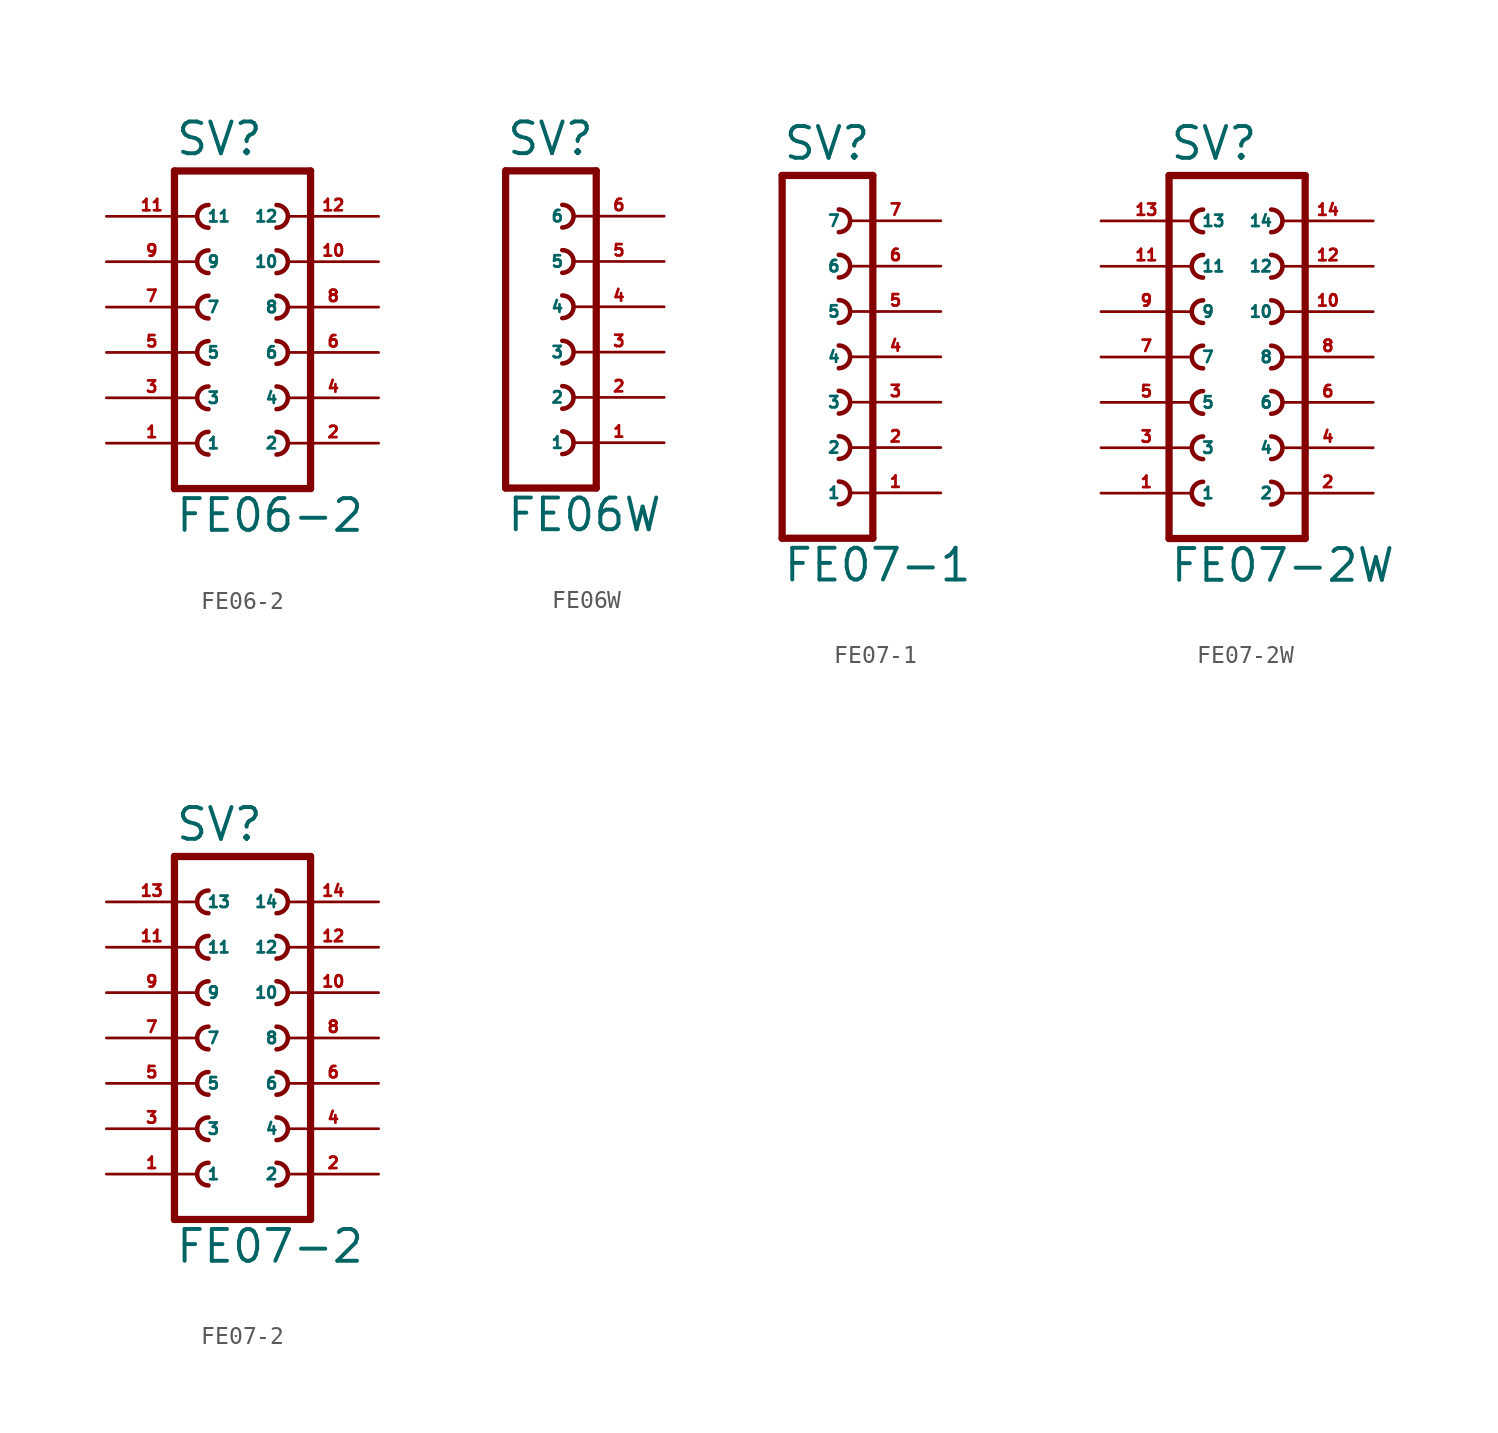
<source format=kicad_sym>
(kicad_symbol_lib
  (version 20220914)
  (generator Eagle2Kicad)
  (symbol "FE06-2"
    (property "Reference" "SV"
      (at -3.81 10.922 0)
      (effects (font (size 1.778 1.778) (thickness 0.22)) (justify left bottom)))
    (property "Value" "FE06-2"
      (at -3.81 -10.16 0)
      (effects (font (size 1.778 1.778) (thickness 0.22)) (justify left bottom)))
    (polyline
      (pts (xy 3.81 -7.62) (xy -3.81 -7.62))
      (stroke (width 0.406) (type default))
      (fill (type none)))
    (arc
      (start -1.905 0.635)
      (mid -2.540 0.000)
      (end -1.905 -0.635)
      (stroke (width 0.254) (type default))
      (fill (type none)))
    (arc
      (start -1.905 -1.905)
      (mid -2.540 -2.540)
      (end -1.905 -3.175)
      (stroke (width 0.254) (type default))
      (fill (type none)))
    (arc
      (start -1.905 -4.445)
      (mid -2.540 -5.080)
      (end -1.905 -5.715)
      (stroke (width 0.254) (type default))
      (fill (type none)))
    (arc
      (start 1.905 -0.635)
      (mid 2.540 0.000)
      (end 1.905 0.635)
      (stroke (width 0.254) (type default))
      (fill (type none)))
    (arc
      (start 1.905 -3.175)
      (mid 2.540 -2.540)
      (end 1.905 -1.905)
      (stroke (width 0.254) (type default))
      (fill (type none)))
    (arc
      (start 1.905 -5.715)
      (mid 2.540 -5.080)
      (end 1.905 -4.445)
      (stroke (width 0.254) (type default))
      (fill (type none)))
    (arc
      (start -1.905 5.715)
      (mid -2.540 5.080)
      (end -1.905 4.445)
      (stroke (width 0.254) (type default))
      (fill (type none)))
    (arc
      (start -1.905 3.175)
      (mid -2.540 2.540)
      (end -1.905 1.905)
      (stroke (width 0.254) (type default))
      (fill (type none)))
    (arc
      (start 1.905 4.445)
      (mid 2.540 5.080)
      (end 1.905 5.715)
      (stroke (width 0.254) (type default))
      (fill (type none)))
    (arc
      (start 1.905 1.905)
      (mid 2.540 2.540)
      (end 1.905 3.175)
      (stroke (width 0.254) (type default))
      (fill (type none)))
    (arc
      (start -1.905 8.255)
      (mid -2.540 7.620)
      (end -1.905 6.985)
      (stroke (width 0.254) (type default))
      (fill (type none)))
    (arc
      (start 1.905 6.985)
      (mid 2.540 7.620)
      (end 1.905 8.255)
      (stroke (width 0.254) (type default))
      (fill (type none)))
    (polyline
      (pts (xy -3.81 10.16) (xy -3.81 -7.62))
      (stroke (width 0.406) (type default))
      (fill (type none)))
    (polyline
      (pts (xy 3.81 -7.62) (xy 3.81 10.16))
      (stroke (width 0.406) (type default))
      (fill (type none)))
    (polyline
      (pts (xy -3.81 10.16) (xy 3.81 10.16))
      (stroke (width 0.406) (type default))
      (fill (type none)))
    (pin passive line
      (at -7.62 -5.08 0)
      (length 5.08)
      (name "1" (effects (font (size 0.635 0.635) (thickness 0.08)) (justify left bottom)))
      (number "1" (effects (font (size 0.635 0.635) (thickness 0.08)) (justify left bottom))))
    (pin passive line
      (at -7.62 -2.54 0)
      (length 5.08)
      (name "3" (effects (font (size 0.635 0.635) (thickness 0.08)) (justify left bottom)))
      (number "3" (effects (font (size 0.635 0.635) (thickness 0.08)) (justify left bottom))))
    (pin passive line
      (at -7.62 0 0)
      (length 5.08)
      (name "5" (effects (font (size 0.635 0.635) (thickness 0.08)) (justify left bottom)))
      (number "5" (effects (font (size 0.635 0.635) (thickness 0.08)) (justify left bottom))))
    (pin passive line
      (at 7.62 -5.08 180)
      (length 5.08)
      (name "2" (effects (font (size 0.635 0.635) (thickness 0.08)) (justify left bottom)))
      (number "2" (effects (font (size 0.635 0.635) (thickness 0.08)) (justify left bottom))))
    (pin passive line
      (at 7.62 -2.54 180)
      (length 5.08)
      (name "4" (effects (font (size 0.635 0.635) (thickness 0.08)) (justify left bottom)))
      (number "4" (effects (font (size 0.635 0.635) (thickness 0.08)) (justify left bottom))))
    (pin passive line
      (at 7.62 0 180)
      (length 5.08)
      (name "6" (effects (font (size 0.635 0.635) (thickness 0.08)) (justify left bottom)))
      (number "6" (effects (font (size 0.635 0.635) (thickness 0.08)) (justify left bottom))))
    (pin passive line
      (at -7.62 2.54 0)
      (length 5.08)
      (name "7" (effects (font (size 0.635 0.635) (thickness 0.08)) (justify left bottom)))
      (number "7" (effects (font (size 0.635 0.635) (thickness 0.08)) (justify left bottom))))
    (pin passive line
      (at -7.62 5.08 0)
      (length 5.08)
      (name "9" (effects (font (size 0.635 0.635) (thickness 0.08)) (justify left bottom)))
      (number "9" (effects (font (size 0.635 0.635) (thickness 0.08)) (justify left bottom))))
    (pin passive line
      (at 7.62 2.54 180)
      (length 5.08)
      (name "8" (effects (font (size 0.635 0.635) (thickness 0.08)) (justify left bottom)))
      (number "8" (effects (font (size 0.635 0.635) (thickness 0.08)) (justify left bottom))))
    (pin passive line
      (at 7.62 5.08 180)
      (length 5.08)
      (name "10" (effects (font (size 0.635 0.635) (thickness 0.08)) (justify left bottom)))
      (number "10" (effects (font (size 0.635 0.635) (thickness 0.08)) (justify left bottom))))
    (pin passive line
      (at -7.62 7.62 0)
      (length 5.08)
      (name "11" (effects (font (size 0.635 0.635) (thickness 0.08)) (justify left bottom)))
      (number "11" (effects (font (size 0.635 0.635) (thickness 0.08)) (justify left bottom))))
    (pin passive line
      (at 7.62 7.62 180)
      (length 5.08)
      (name "12" (effects (font (size 0.635 0.635) (thickness 0.08)) (justify left bottom)))
      (number "12" (effects (font (size 0.635 0.635) (thickness 0.08)) (justify left bottom)))))
  (symbol "FE06W"
    (property "Reference" "SV"
      (at -1.27 10.922 0)
      (effects (font (size 1.778 1.778) (thickness 0.22)) (justify left bottom)))
    (property "Value" "FE06W"
      (at -1.27 -10.16 0)
      (effects (font (size 1.778 1.778) (thickness 0.22)) (justify left bottom)))
    (polyline
      (pts (xy 3.81 -7.62) (xy -1.27 -7.62))
      (stroke (width 0.406) (type default))
      (fill (type none)))
    (arc
      (start 1.905 -0.635)
      (mid 2.540 0.000)
      (end 1.905 0.635)
      (stroke (width 0.254) (type default))
      (fill (type none)))
    (arc
      (start 1.905 -3.175)
      (mid 2.540 -2.540)
      (end 1.905 -1.905)
      (stroke (width 0.254) (type default))
      (fill (type none)))
    (arc
      (start 1.905 -5.715)
      (mid 2.540 -5.080)
      (end 1.905 -4.445)
      (stroke (width 0.254) (type default))
      (fill (type none)))
    (polyline
      (pts (xy -1.27 10.16) (xy -1.27 -7.62))
      (stroke (width 0.406) (type default))
      (fill (type none)))
    (polyline
      (pts (xy 3.81 -7.62) (xy 3.81 10.16))
      (stroke (width 0.406) (type default))
      (fill (type none)))
    (polyline
      (pts (xy -1.27 10.16) (xy 3.81 10.16))
      (stroke (width 0.406) (type default))
      (fill (type none)))
    (arc
      (start 1.905 4.445)
      (mid 2.540 5.080)
      (end 1.905 5.715)
      (stroke (width 0.254) (type default))
      (fill (type none)))
    (arc
      (start 1.905 1.905)
      (mid 2.540 2.540)
      (end 1.905 3.175)
      (stroke (width 0.254) (type default))
      (fill (type none)))
    (arc
      (start 1.905 6.985)
      (mid 2.540 7.620)
      (end 1.905 8.255)
      (stroke (width 0.254) (type default))
      (fill (type none)))
    (pin passive line
      (at 7.62 -5.08 180)
      (length 5.08)
      (name "1" (effects (font (size 0.635 0.635) (thickness 0.08)) (justify left bottom)))
      (number "1" (effects (font (size 0.635 0.635) (thickness 0.08)) (justify left bottom))))
    (pin passive line
      (at 7.62 -2.54 180)
      (length 5.08)
      (name "2" (effects (font (size 0.635 0.635) (thickness 0.08)) (justify left bottom)))
      (number "2" (effects (font (size 0.635 0.635) (thickness 0.08)) (justify left bottom))))
    (pin passive line
      (at 7.62 0 180)
      (length 5.08)
      (name "3" (effects (font (size 0.635 0.635) (thickness 0.08)) (justify left bottom)))
      (number "3" (effects (font (size 0.635 0.635) (thickness 0.08)) (justify left bottom))))
    (pin passive line
      (at 7.62 2.54 180)
      (length 5.08)
      (name "4" (effects (font (size 0.635 0.635) (thickness 0.08)) (justify left bottom)))
      (number "4" (effects (font (size 0.635 0.635) (thickness 0.08)) (justify left bottom))))
    (pin passive line
      (at 7.62 5.08 180)
      (length 5.08)
      (name "5" (effects (font (size 0.635 0.635) (thickness 0.08)) (justify left bottom)))
      (number "5" (effects (font (size 0.635 0.635) (thickness 0.08)) (justify left bottom))))
    (pin passive line
      (at 7.62 7.62 180)
      (length 5.08)
      (name "6" (effects (font (size 0.635 0.635) (thickness 0.08)) (justify left bottom)))
      (number "6" (effects (font (size 0.635 0.635) (thickness 0.08)) (justify left bottom)))))
  (symbol "FE07-1"
    (property "Reference" "SV"
      (at -1.27 10.922 0)
      (effects (font (size 1.778 1.778) (thickness 0.22)) (justify left bottom)))
    (property "Value" "FE07-1"
      (at -1.27 -12.7 0)
      (effects (font (size 1.778 1.778) (thickness 0.22)) (justify left bottom)))
    (polyline
      (pts (xy 3.81 -10.16) (xy -1.27 -10.16))
      (stroke (width 0.406) (type default))
      (fill (type none)))
    (arc
      (start 1.905 -3.175)
      (mid 2.540 -2.540)
      (end 1.905 -1.905)
      (stroke (width 0.254) (type default))
      (fill (type none)))
    (arc
      (start 1.905 -5.715)
      (mid 2.540 -5.080)
      (end 1.905 -4.445)
      (stroke (width 0.254) (type default))
      (fill (type none)))
    (arc
      (start 1.905 -8.255)
      (mid 2.540 -7.620)
      (end 1.905 -6.985)
      (stroke (width 0.254) (type default))
      (fill (type none)))
    (polyline
      (pts (xy -1.27 10.16) (xy -1.27 -10.16))
      (stroke (width 0.406) (type default))
      (fill (type none)))
    (polyline
      (pts (xy 3.81 -10.16) (xy 3.81 10.16))
      (stroke (width 0.406) (type default))
      (fill (type none)))
    (polyline
      (pts (xy -1.27 10.16) (xy 3.81 10.16))
      (stroke (width 0.406) (type default))
      (fill (type none)))
    (arc
      (start 1.905 1.905)
      (mid 2.540 2.540)
      (end 1.905 3.175)
      (stroke (width 0.254) (type default))
      (fill (type none)))
    (arc
      (start 1.905 -0.635)
      (mid 2.540 0.000)
      (end 1.905 0.635)
      (stroke (width 0.254) (type default))
      (fill (type none)))
    (arc
      (start 1.905 4.445)
      (mid 2.540 5.080)
      (end 1.905 5.715)
      (stroke (width 0.254) (type default))
      (fill (type none)))
    (arc
      (start 1.905 6.985)
      (mid 2.540 7.620)
      (end 1.905 8.255)
      (stroke (width 0.254) (type default))
      (fill (type none)))
    (pin passive line
      (at 7.62 -7.62 180)
      (length 5.08)
      (name "1" (effects (font (size 0.635 0.635) (thickness 0.08)) (justify left bottom)))
      (number "1" (effects (font (size 0.635 0.635) (thickness 0.08)) (justify left bottom))))
    (pin passive line
      (at 7.62 -5.08 180)
      (length 5.08)
      (name "2" (effects (font (size 0.635 0.635) (thickness 0.08)) (justify left bottom)))
      (number "2" (effects (font (size 0.635 0.635) (thickness 0.08)) (justify left bottom))))
    (pin passive line
      (at 7.62 -2.54 180)
      (length 5.08)
      (name "3" (effects (font (size 0.635 0.635) (thickness 0.08)) (justify left bottom)))
      (number "3" (effects (font (size 0.635 0.635) (thickness 0.08)) (justify left bottom))))
    (pin passive line
      (at 7.62 0 180)
      (length 5.08)
      (name "4" (effects (font (size 0.635 0.635) (thickness 0.08)) (justify left bottom)))
      (number "4" (effects (font (size 0.635 0.635) (thickness 0.08)) (justify left bottom))))
    (pin passive line
      (at 7.62 2.54 180)
      (length 5.08)
      (name "5" (effects (font (size 0.635 0.635) (thickness 0.08)) (justify left bottom)))
      (number "5" (effects (font (size 0.635 0.635) (thickness 0.08)) (justify left bottom))))
    (pin passive line
      (at 7.62 5.08 180)
      (length 5.08)
      (name "6" (effects (font (size 0.635 0.635) (thickness 0.08)) (justify left bottom)))
      (number "6" (effects (font (size 0.635 0.635) (thickness 0.08)) (justify left bottom))))
    (pin passive line
      (at 7.62 7.62 180)
      (length 5.08)
      (name "7" (effects (font (size 0.635 0.635) (thickness 0.08)) (justify left bottom)))
      (number "7" (effects (font (size 0.635 0.635) (thickness 0.08)) (justify left bottom)))))
  (symbol "FE07-2W"
    (property "Reference" "SV"
      (at -3.81 10.922 0)
      (effects (font (size 1.778 1.778) (thickness 0.22)) (justify left bottom)))
    (property "Value" "FE07-2W"
      (at -3.81 -12.7 0)
      (effects (font (size 1.778 1.778) (thickness 0.22)) (justify left bottom)))
    (polyline
      (pts (xy 3.81 -10.16) (xy -3.81 -10.16))
      (stroke (width 0.406) (type default))
      (fill (type none)))
    (arc
      (start -1.905 -1.905)
      (mid -2.540 -2.540)
      (end -1.905 -3.175)
      (stroke (width 0.254) (type default))
      (fill (type none)))
    (arc
      (start -1.905 -4.445)
      (mid -2.540 -5.080)
      (end -1.905 -5.715)
      (stroke (width 0.254) (type default))
      (fill (type none)))
    (arc
      (start -1.905 -6.985)
      (mid -2.540 -7.620)
      (end -1.905 -8.255)
      (stroke (width 0.254) (type default))
      (fill (type none)))
    (arc
      (start 1.905 -3.175)
      (mid 2.540 -2.540)
      (end 1.905 -1.905)
      (stroke (width 0.254) (type default))
      (fill (type none)))
    (arc
      (start 1.905 -5.715)
      (mid 2.540 -5.080)
      (end 1.905 -4.445)
      (stroke (width 0.254) (type default))
      (fill (type none)))
    (arc
      (start 1.905 -8.255)
      (mid 2.540 -7.620)
      (end 1.905 -6.985)
      (stroke (width 0.254) (type default))
      (fill (type none)))
    (arc
      (start -1.905 3.175)
      (mid -2.540 2.540)
      (end -1.905 1.905)
      (stroke (width 0.254) (type default))
      (fill (type none)))
    (arc
      (start -1.905 0.635)
      (mid -2.540 0.000)
      (end -1.905 -0.635)
      (stroke (width 0.254) (type default))
      (fill (type none)))
    (arc
      (start 1.905 1.905)
      (mid 2.540 2.540)
      (end 1.905 3.175)
      (stroke (width 0.254) (type default))
      (fill (type none)))
    (arc
      (start 1.905 -0.635)
      (mid 2.540 0.000)
      (end 1.905 0.635)
      (stroke (width 0.254) (type default))
      (fill (type none)))
    (arc
      (start -1.905 8.255)
      (mid -2.540 7.620)
      (end -1.905 6.985)
      (stroke (width 0.254) (type default))
      (fill (type none)))
    (arc
      (start -1.905 5.715)
      (mid -2.540 5.080)
      (end -1.905 4.445)
      (stroke (width 0.254) (type default))
      (fill (type none)))
    (arc
      (start 1.905 6.985)
      (mid 2.540 7.620)
      (end 1.905 8.255)
      (stroke (width 0.254) (type default))
      (fill (type none)))
    (arc
      (start 1.905 4.445)
      (mid 2.540 5.080)
      (end 1.905 5.715)
      (stroke (width 0.254) (type default))
      (fill (type none)))
    (polyline
      (pts (xy -3.81 10.16) (xy -3.81 -10.16))
      (stroke (width 0.406) (type default))
      (fill (type none)))
    (polyline
      (pts (xy 3.81 -10.16) (xy 3.81 10.16))
      (stroke (width 0.406) (type default))
      (fill (type none)))
    (polyline
      (pts (xy -3.81 10.16) (xy 3.81 10.16))
      (stroke (width 0.406) (type default))
      (fill (type none)))
    (pin passive line
      (at -7.62 -7.62 0)
      (length 5.08)
      (name "1" (effects (font (size 0.635 0.635) (thickness 0.08)) (justify left bottom)))
      (number "1" (effects (font (size 0.635 0.635) (thickness 0.08)) (justify left bottom))))
    (pin passive line
      (at -7.62 -5.08 0)
      (length 5.08)
      (name "3" (effects (font (size 0.635 0.635) (thickness 0.08)) (justify left bottom)))
      (number "3" (effects (font (size 0.635 0.635) (thickness 0.08)) (justify left bottom))))
    (pin passive line
      (at -7.62 -2.54 0)
      (length 5.08)
      (name "5" (effects (font (size 0.635 0.635) (thickness 0.08)) (justify left bottom)))
      (number "5" (effects (font (size 0.635 0.635) (thickness 0.08)) (justify left bottom))))
    (pin passive line
      (at 7.62 -7.62 180)
      (length 5.08)
      (name "2" (effects (font (size 0.635 0.635) (thickness 0.08)) (justify left bottom)))
      (number "2" (effects (font (size 0.635 0.635) (thickness 0.08)) (justify left bottom))))
    (pin passive line
      (at 7.62 -5.08 180)
      (length 5.08)
      (name "4" (effects (font (size 0.635 0.635) (thickness 0.08)) (justify left bottom)))
      (number "4" (effects (font (size 0.635 0.635) (thickness 0.08)) (justify left bottom))))
    (pin passive line
      (at 7.62 -2.54 180)
      (length 5.08)
      (name "6" (effects (font (size 0.635 0.635) (thickness 0.08)) (justify left bottom)))
      (number "6" (effects (font (size 0.635 0.635) (thickness 0.08)) (justify left bottom))))
    (pin passive line
      (at -7.62 0 0)
      (length 5.08)
      (name "7" (effects (font (size 0.635 0.635) (thickness 0.08)) (justify left bottom)))
      (number "7" (effects (font (size 0.635 0.635) (thickness 0.08)) (justify left bottom))))
    (pin passive line
      (at -7.62 2.54 0)
      (length 5.08)
      (name "9" (effects (font (size 0.635 0.635) (thickness 0.08)) (justify left bottom)))
      (number "9" (effects (font (size 0.635 0.635) (thickness 0.08)) (justify left bottom))))
    (pin passive line
      (at 7.62 0 180)
      (length 5.08)
      (name "8" (effects (font (size 0.635 0.635) (thickness 0.08)) (justify left bottom)))
      (number "8" (effects (font (size 0.635 0.635) (thickness 0.08)) (justify left bottom))))
    (pin passive line
      (at 7.62 2.54 180)
      (length 5.08)
      (name "10" (effects (font (size 0.635 0.635) (thickness 0.08)) (justify left bottom)))
      (number "10" (effects (font (size 0.635 0.635) (thickness 0.08)) (justify left bottom))))
    (pin passive line
      (at -7.62 5.08 0)
      (length 5.08)
      (name "11" (effects (font (size 0.635 0.635) (thickness 0.08)) (justify left bottom)))
      (number "11" (effects (font (size 0.635 0.635) (thickness 0.08)) (justify left bottom))))
    (pin passive line
      (at -7.62 7.62 0)
      (length 5.08)
      (name "13" (effects (font (size 0.635 0.635) (thickness 0.08)) (justify left bottom)))
      (number "13" (effects (font (size 0.635 0.635) (thickness 0.08)) (justify left bottom))))
    (pin passive line
      (at 7.62 5.08 180)
      (length 5.08)
      (name "12" (effects (font (size 0.635 0.635) (thickness 0.08)) (justify left bottom)))
      (number "12" (effects (font (size 0.635 0.635) (thickness 0.08)) (justify left bottom))))
    (pin passive line
      (at 7.62 7.62 180)
      (length 5.08)
      (name "14" (effects (font (size 0.635 0.635) (thickness 0.08)) (justify left bottom)))
      (number "14" (effects (font (size 0.635 0.635) (thickness 0.08)) (justify left bottom)))))
  (symbol "FE07-2"
    (property "Reference" "SV"
      (at -3.81 10.922 0)
      (effects (font (size 1.778 1.778) (thickness 0.22)) (justify left bottom)))
    (property "Value" "FE07-2"
      (at -3.81 -12.7 0)
      (effects (font (size 1.778 1.778) (thickness 0.22)) (justify left bottom)))
    (polyline
      (pts (xy 3.81 -10.16) (xy -3.81 -10.16))
      (stroke (width 0.406) (type default))
      (fill (type none)))
    (arc
      (start -1.905 -1.905)
      (mid -2.540 -2.540)
      (end -1.905 -3.175)
      (stroke (width 0.254) (type default))
      (fill (type none)))
    (arc
      (start -1.905 -4.445)
      (mid -2.540 -5.080)
      (end -1.905 -5.715)
      (stroke (width 0.254) (type default))
      (fill (type none)))
    (arc
      (start -1.905 -6.985)
      (mid -2.540 -7.620)
      (end -1.905 -8.255)
      (stroke (width 0.254) (type default))
      (fill (type none)))
    (arc
      (start 1.905 -3.175)
      (mid 2.540 -2.540)
      (end 1.905 -1.905)
      (stroke (width 0.254) (type default))
      (fill (type none)))
    (arc
      (start 1.905 -5.715)
      (mid 2.540 -5.080)
      (end 1.905 -4.445)
      (stroke (width 0.254) (type default))
      (fill (type none)))
    (arc
      (start 1.905 -8.255)
      (mid 2.540 -7.620)
      (end 1.905 -6.985)
      (stroke (width 0.254) (type default))
      (fill (type none)))
    (arc
      (start -1.905 3.175)
      (mid -2.540 2.540)
      (end -1.905 1.905)
      (stroke (width 0.254) (type default))
      (fill (type none)))
    (arc
      (start -1.905 0.635)
      (mid -2.540 0.000)
      (end -1.905 -0.635)
      (stroke (width 0.254) (type default))
      (fill (type none)))
    (arc
      (start 1.905 1.905)
      (mid 2.540 2.540)
      (end 1.905 3.175)
      (stroke (width 0.254) (type default))
      (fill (type none)))
    (arc
      (start 1.905 -0.635)
      (mid 2.540 0.000)
      (end 1.905 0.635)
      (stroke (width 0.254) (type default))
      (fill (type none)))
    (arc
      (start -1.905 8.255)
      (mid -2.540 7.620)
      (end -1.905 6.985)
      (stroke (width 0.254) (type default))
      (fill (type none)))
    (arc
      (start -1.905 5.715)
      (mid -2.540 5.080)
      (end -1.905 4.445)
      (stroke (width 0.254) (type default))
      (fill (type none)))
    (arc
      (start 1.905 6.985)
      (mid 2.540 7.620)
      (end 1.905 8.255)
      (stroke (width 0.254) (type default))
      (fill (type none)))
    (arc
      (start 1.905 4.445)
      (mid 2.540 5.080)
      (end 1.905 5.715)
      (stroke (width 0.254) (type default))
      (fill (type none)))
    (polyline
      (pts (xy -3.81 10.16) (xy -3.81 -10.16))
      (stroke (width 0.406) (type default))
      (fill (type none)))
    (polyline
      (pts (xy 3.81 -10.16) (xy 3.81 10.16))
      (stroke (width 0.406) (type default))
      (fill (type none)))
    (polyline
      (pts (xy -3.81 10.16) (xy 3.81 10.16))
      (stroke (width 0.406) (type default))
      (fill (type none)))
    (pin passive line
      (at -7.62 -7.62 0)
      (length 5.08)
      (name "1" (effects (font (size 0.635 0.635) (thickness 0.08)) (justify left bottom)))
      (number "1" (effects (font (size 0.635 0.635) (thickness 0.08)) (justify left bottom))))
    (pin passive line
      (at -7.62 -5.08 0)
      (length 5.08)
      (name "3" (effects (font (size 0.635 0.635) (thickness 0.08)) (justify left bottom)))
      (number "3" (effects (font (size 0.635 0.635) (thickness 0.08)) (justify left bottom))))
    (pin passive line
      (at -7.62 -2.54 0)
      (length 5.08)
      (name "5" (effects (font (size 0.635 0.635) (thickness 0.08)) (justify left bottom)))
      (number "5" (effects (font (size 0.635 0.635) (thickness 0.08)) (justify left bottom))))
    (pin passive line
      (at 7.62 -7.62 180)
      (length 5.08)
      (name "2" (effects (font (size 0.635 0.635) (thickness 0.08)) (justify left bottom)))
      (number "2" (effects (font (size 0.635 0.635) (thickness 0.08)) (justify left bottom))))
    (pin passive line
      (at 7.62 -5.08 180)
      (length 5.08)
      (name "4" (effects (font (size 0.635 0.635) (thickness 0.08)) (justify left bottom)))
      (number "4" (effects (font (size 0.635 0.635) (thickness 0.08)) (justify left bottom))))
    (pin passive line
      (at 7.62 -2.54 180)
      (length 5.08)
      (name "6" (effects (font (size 0.635 0.635) (thickness 0.08)) (justify left bottom)))
      (number "6" (effects (font (size 0.635 0.635) (thickness 0.08)) (justify left bottom))))
    (pin passive line
      (at -7.62 0 0)
      (length 5.08)
      (name "7" (effects (font (size 0.635 0.635) (thickness 0.08)) (justify left bottom)))
      (number "7" (effects (font (size 0.635 0.635) (thickness 0.08)) (justify left bottom))))
    (pin passive line
      (at -7.62 2.54 0)
      (length 5.08)
      (name "9" (effects (font (size 0.635 0.635) (thickness 0.08)) (justify left bottom)))
      (number "9" (effects (font (size 0.635 0.635) (thickness 0.08)) (justify left bottom))))
    (pin passive line
      (at 7.62 0 180)
      (length 5.08)
      (name "8" (effects (font (size 0.635 0.635) (thickness 0.08)) (justify left bottom)))
      (number "8" (effects (font (size 0.635 0.635) (thickness 0.08)) (justify left bottom))))
    (pin passive line
      (at 7.62 2.54 180)
      (length 5.08)
      (name "10" (effects (font (size 0.635 0.635) (thickness 0.08)) (justify left bottom)))
      (number "10" (effects (font (size 0.635 0.635) (thickness 0.08)) (justify left bottom))))
    (pin passive line
      (at -7.62 5.08 0)
      (length 5.08)
      (name "11" (effects (font (size 0.635 0.635) (thickness 0.08)) (justify left bottom)))
      (number "11" (effects (font (size 0.635 0.635) (thickness 0.08)) (justify left bottom))))
    (pin passive line
      (at -7.62 7.62 0)
      (length 5.08)
      (name "13" (effects (font (size 0.635 0.635) (thickness 0.08)) (justify left bottom)))
      (number "13" (effects (font (size 0.635 0.635) (thickness 0.08)) (justify left bottom))))
    (pin passive line
      (at 7.62 5.08 180)
      (length 5.08)
      (name "12" (effects (font (size 0.635 0.635) (thickness 0.08)) (justify left bottom)))
      (number "12" (effects (font (size 0.635 0.635) (thickness 0.08)) (justify left bottom))))
    (pin passive line
      (at 7.62 7.62 180)
      (length 5.08)
      (name "14" (effects (font (size 0.635 0.635) (thickness 0.08)) (justify left bottom)))
      (number "14" (effects (font (size 0.635 0.635) (thickness 0.08)) (justify left bottom))))))
</source>
